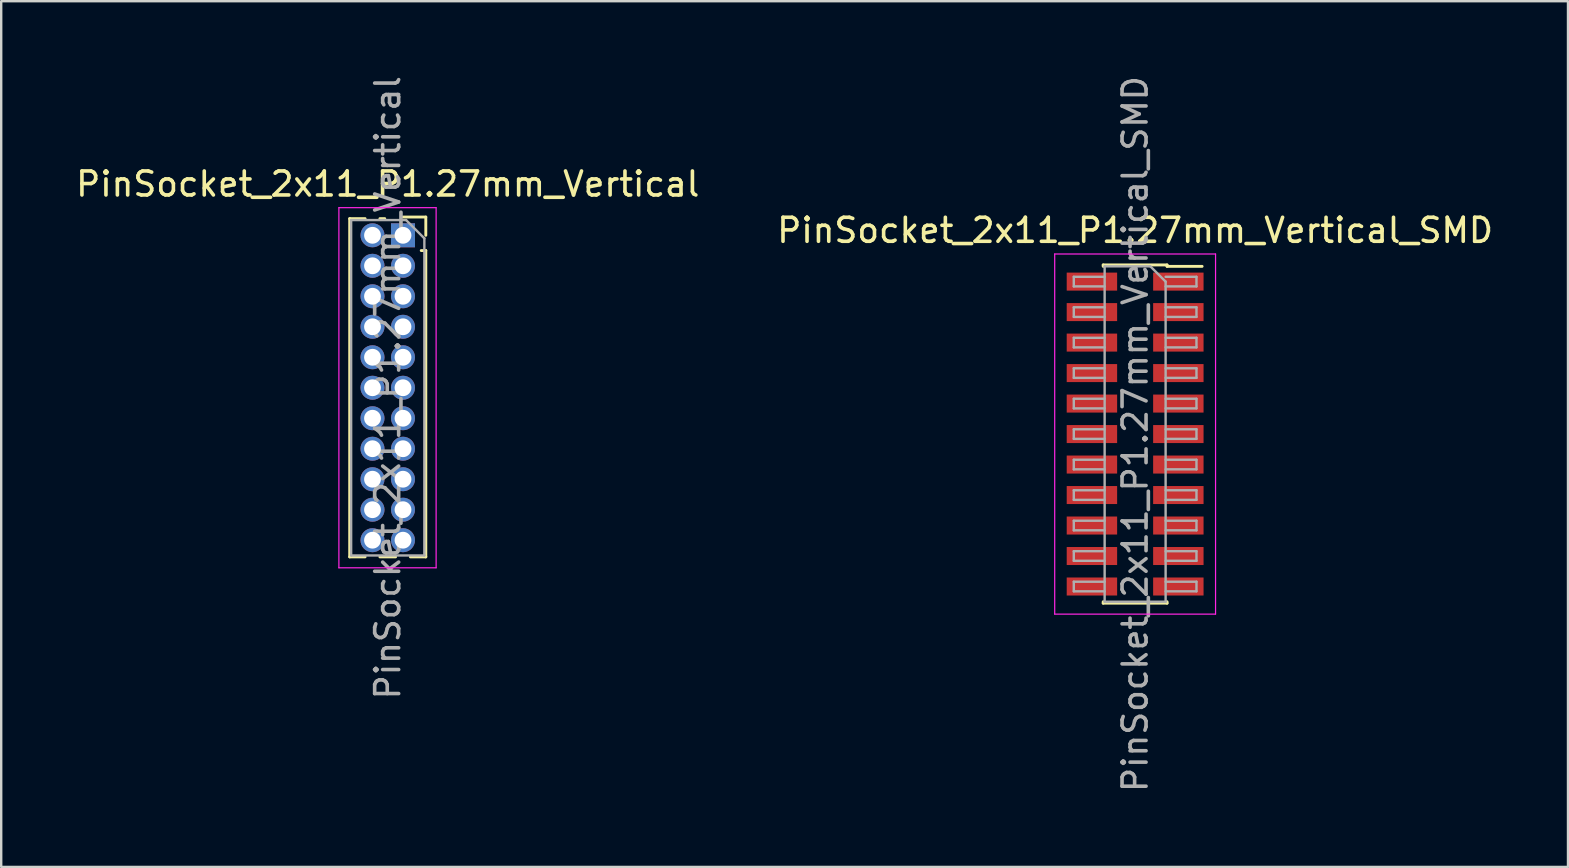
<source format=kicad_pcb>
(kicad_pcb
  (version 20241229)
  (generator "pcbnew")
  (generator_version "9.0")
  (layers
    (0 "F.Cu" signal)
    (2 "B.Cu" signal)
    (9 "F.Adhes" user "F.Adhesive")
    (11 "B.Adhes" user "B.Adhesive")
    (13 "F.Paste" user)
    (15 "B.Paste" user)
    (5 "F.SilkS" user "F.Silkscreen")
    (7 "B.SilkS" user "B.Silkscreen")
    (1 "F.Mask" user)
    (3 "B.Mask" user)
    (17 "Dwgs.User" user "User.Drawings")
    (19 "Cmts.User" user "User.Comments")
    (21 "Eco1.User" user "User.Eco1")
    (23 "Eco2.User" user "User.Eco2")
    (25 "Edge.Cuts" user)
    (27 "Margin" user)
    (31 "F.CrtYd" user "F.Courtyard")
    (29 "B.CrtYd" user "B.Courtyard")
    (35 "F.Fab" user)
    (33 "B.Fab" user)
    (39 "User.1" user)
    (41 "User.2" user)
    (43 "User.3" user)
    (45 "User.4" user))
  (footprint "PinSocket_2x11_P1.27mm_Vertical"
    (layer "F.Cu")
    (at 13.736 6.751)
    (property "Reference" "PinSocket_2x11_P1.27mm_Vertical" (at -0.635 -2.135 0) (layer "F.SilkS") (effects (font (size 1 1) (thickness 0.15))))
    (attr through_hole)
    (fp_line (start -2.22 -0.695) (end -2.22 13.395) (stroke (width 0.12) (type solid)) (layer "F.SilkS"))
    (fp_line (start -2.22 -0.695) (end -1.578 -0.695) (stroke (width 0.12) (type solid)) (layer "F.SilkS"))
    (fp_line (start -2.22 13.395) (end -1.578 13.395) (stroke (width 0.12) (type solid)) (layer "F.SilkS"))
    (fp_line (start -0.962 -0.695) (end -0.76 -0.695) (stroke (width 0.12) (type solid)) (layer "F.SilkS"))
    (fp_line (start -0.962 13.395) (end -0.308 13.395) (stroke (width 0.12) (type solid)) (layer "F.SilkS"))
    (fp_line (start 0 -0.76) (end 0.95 -0.76) (stroke (width 0.12) (type solid)) (layer "F.SilkS"))
    (fp_line (start 0.308 13.395) (end 0.95 13.395) (stroke (width 0.12) (type solid)) (layer "F.SilkS"))
    (fp_line (start 0.76 0.635) (end 0.95 0.635) (stroke (width 0.12) (type solid)) (layer "F.SilkS"))
    (fp_line (start 0.95 -0.76) (end 0.95 0) (stroke (width 0.12) (type solid)) (layer "F.SilkS"))
    (fp_line (start 0.95 0.635) (end 0.95 13.395) (stroke (width 0.12) (type solid)) (layer "F.SilkS"))
    (fp_line (start -2.67 -1.15) (end 1.38 -1.15) (stroke (width 0.05) (type solid)) (layer "F.CrtYd"))
    (fp_line (start -2.67 13.85) (end -2.67 -1.15) (stroke (width 0.05) (type solid)) (layer "F.CrtYd"))
    (fp_line (start 1.38 -1.15) (end 1.38 13.85) (stroke (width 0.05) (type solid)) (layer "F.CrtYd"))
    (fp_line (start 1.38 13.85) (end -2.67 13.85) (stroke (width 0.05) (type solid)) (layer "F.CrtYd"))
    (fp_line (start -2.16 -0.635) (end 0.128 -0.635) (stroke (width 0.1) (type solid)) (layer "F.Fab"))
    (fp_line (start -2.16 13.335) (end -2.16 -0.635) (stroke (width 0.1) (type solid)) (layer "F.Fab"))
    (fp_line (start 0.128 -0.635) (end 0.89 0.128) (stroke (width 0.1) (type solid)) (layer "F.Fab"))
    (fp_line (start 0.89 0.128) (end 0.89 13.335) (stroke (width 0.1) (type solid)) (layer "F.Fab"))
    (fp_line (start 0.89 13.335) (end -2.16 13.335) (stroke (width 0.1) (type solid)) (layer "F.Fab"))
    (fp_text user "${REFERENCE}" (at -0.635 6.35 90) (layer "F.Fab") (effects (font (size 1 1) (thickness 0.15))))
    (pad "1" thru_hole rect (at 0 0) (size 1 1) (drill 0.7) (layers "*.Cu" "*.Mask"))
    (pad "2" thru_hole circle (at -1.27 0) (size 1 1) (drill 0.7) (layers "*.Cu" "*.Mask"))
    (pad "3" thru_hole circle (at 0 1.27) (size 1 1) (drill 0.7) (layers "*.Cu" "*.Mask"))
    (pad "4" thru_hole circle (at -1.27 1.27) (size 1 1) (drill 0.7) (layers "*.Cu" "*.Mask"))
    (pad "5" thru_hole circle (at 0 2.54) (size 1 1) (drill 0.7) (layers "*.Cu" "*.Mask"))
    (pad "6" thru_hole circle (at -1.27 2.54) (size 1 1) (drill 0.7) (layers "*.Cu" "*.Mask"))
    (pad "7" thru_hole circle (at 0 3.81) (size 1 1) (drill 0.7) (layers "*.Cu" "*.Mask"))
    (pad "8" thru_hole circle (at -1.27 3.81) (size 1 1) (drill 0.7) (layers "*.Cu" "*.Mask"))
    (pad "9" thru_hole circle (at 0 5.08) (size 1 1) (drill 0.7) (layers "*.Cu" "*.Mask"))
    (pad "10" thru_hole circle (at -1.27 5.08) (size 1 1) (drill 0.7) (layers "*.Cu" "*.Mask"))
    (pad "11" thru_hole circle (at 0 6.35) (size 1 1) (drill 0.7) (layers "*.Cu" "*.Mask"))
    (pad "12" thru_hole circle (at -1.27 6.35) (size 1 1) (drill 0.7) (layers "*.Cu" "*.Mask"))
    (pad "13" thru_hole circle (at 0 7.62) (size 1 1) (drill 0.7) (layers "*.Cu" "*.Mask"))
    (pad "14" thru_hole circle (at -1.27 7.62) (size 1 1) (drill 0.7) (layers "*.Cu" "*.Mask"))
    (pad "15" thru_hole circle (at 0 8.89) (size 1 1) (drill 0.7) (layers "*.Cu" "*.Mask"))
    (pad "16" thru_hole circle (at -1.27 8.89) (size 1 1) (drill 0.7) (layers "*.Cu" "*.Mask"))
    (pad "17" thru_hole circle (at 0 10.16) (size 1 1) (drill 0.7) (layers "*.Cu" "*.Mask"))
    (pad "18" thru_hole circle (at -1.27 10.16) (size 1 1) (drill 0.7) (layers "*.Cu" "*.Mask"))
    (pad "19" thru_hole circle (at 0 11.43) (size 1 1) (drill 0.7) (layers "*.Cu" "*.Mask"))
    (pad "20" thru_hole circle (at -1.27 11.43) (size 1 1) (drill 0.7) (layers "*.Cu" "*.Mask"))
    (pad "21" thru_hole circle (at 0 12.7) (size 1 1) (drill 0.7) (layers "*.Cu" "*.Mask"))
    (pad "22" thru_hole circle (at -1.27 12.7) (size 1 1) (drill 0.7) (layers "*.Cu" "*.Mask")))
  (footprint "PinSocket_2x11_P1.27mm_Vertical_SMD"
    (layer "F.Cu")
    (at 44.232 15.03)
    (property "Reference" "PinSocket_2x11_P1.27mm_Vertical_SMD" (at 0 -8.485 0) (layer "F.SilkS") (effects (font (size 1 1) (thickness 0.15))))
    (attr smd)
    (fp_line (start -1.33 -7.045) (end -1.33 -6.985) (stroke (width 0.12) (type solid)) (layer "F.SilkS"))
    (fp_line (start -1.33 -7.045) (end 1.33 -7.045) (stroke (width 0.12) (type solid)) (layer "F.SilkS"))
    (fp_line (start -1.33 6.985) (end -1.33 7.045) (stroke (width 0.12) (type solid)) (layer "F.SilkS"))
    (fp_line (start -1.33 7.045) (end 1.33 7.045) (stroke (width 0.12) (type solid)) (layer "F.SilkS"))
    (fp_line (start 1.33 -7.045) (end 1.33 -6.985) (stroke (width 0.12) (type solid)) (layer "F.SilkS"))
    (fp_line (start 1.33 -6.985) (end 2.79 -6.985) (stroke (width 0.12) (type solid)) (layer "F.SilkS"))
    (fp_line (start 1.33 6.985) (end 1.33 7.045) (stroke (width 0.12) (type solid)) (layer "F.SilkS"))
    (fp_line (start -3.35 -7.5) (end 3.35 -7.5) (stroke (width 0.05) (type solid)) (layer "F.CrtYd"))
    (fp_line (start -3.35 7.5) (end -3.35 -7.5) (stroke (width 0.05) (type solid)) (layer "F.CrtYd"))
    (fp_line (start 3.35 -7.5) (end 3.35 7.5) (stroke (width 0.05) (type solid)) (layer "F.CrtYd"))
    (fp_line (start 3.35 7.5) (end -3.35 7.5) (stroke (width 0.05) (type solid)) (layer "F.CrtYd"))
    (fp_line (start -2.555 -6.55) (end -1.27 -6.55) (stroke (width 0.1) (type solid)) (layer "F.Fab"))
    (fp_line (start -2.555 -6.15) (end -2.555 -6.55) (stroke (width 0.1) (type solid)) (layer "F.Fab"))
    (fp_line (start -2.555 -5.28) (end -1.27 -5.28) (stroke (width 0.1) (type solid)) (layer "F.Fab"))
    (fp_line (start -2.555 -4.88) (end -2.555 -5.28) (stroke (width 0.1) (type solid)) (layer "F.Fab"))
    (fp_line (start -2.555 -4.01) (end -1.27 -4.01) (stroke (width 0.1) (type solid)) (layer "F.Fab"))
    (fp_line (start -2.555 -3.61) (end -2.555 -4.01) (stroke (width 0.1) (type solid)) (layer "F.Fab"))
    (fp_line (start -2.555 -2.74) (end -1.27 -2.74) (stroke (width 0.1) (type solid)) (layer "F.Fab"))
    (fp_line (start -2.555 -2.34) (end -2.555 -2.74) (stroke (width 0.1) (type solid)) (layer "F.Fab"))
    (fp_line (start -2.555 -1.47) (end -1.27 -1.47) (stroke (width 0.1) (type solid)) (layer "F.Fab"))
    (fp_line (start -2.555 -1.07) (end -2.555 -1.47) (stroke (width 0.1) (type solid)) (layer "F.Fab"))
    (fp_line (start -2.555 -0.2) (end -1.27 -0.2) (stroke (width 0.1) (type solid)) (layer "F.Fab"))
    (fp_line (start -2.555 0.2) (end -2.555 -0.2) (stroke (width 0.1) (type solid)) (layer "F.Fab"))
    (fp_line (start -2.555 1.07) (end -1.27 1.07) (stroke (width 0.1) (type solid)) (layer "F.Fab"))
    (fp_line (start -2.555 1.47) (end -2.555 1.07) (stroke (width 0.1) (type solid)) (layer "F.Fab"))
    (fp_line (start -2.555 2.34) (end -1.27 2.34) (stroke (width 0.1) (type solid)) (layer "F.Fab"))
    (fp_line (start -2.555 2.74) (end -2.555 2.34) (stroke (width 0.1) (type solid)) (layer "F.Fab"))
    (fp_line (start -2.555 3.61) (end -1.27 3.61) (stroke (width 0.1) (type solid)) (layer "F.Fab"))
    (fp_line (start -2.555 4.01) (end -2.555 3.61) (stroke (width 0.1) (type solid)) (layer "F.Fab"))
    (fp_line (start -2.555 4.88) (end -1.27 4.88) (stroke (width 0.1) (type solid)) (layer "F.Fab"))
    (fp_line (start -2.555 5.28) (end -2.555 4.88) (stroke (width 0.1) (type solid)) (layer "F.Fab"))
    (fp_line (start -2.555 6.15) (end -1.27 6.15) (stroke (width 0.1) (type solid)) (layer "F.Fab"))
    (fp_line (start -2.555 6.55) (end -2.555 6.15) (stroke (width 0.1) (type solid)) (layer "F.Fab"))
    (fp_line (start -1.27 -6.985) (end 0.635 -6.985) (stroke (width 0.1) (type solid)) (layer "F.Fab"))
    (fp_line (start -1.27 -6.15) (end -2.555 -6.15) (stroke (width 0.1) (type solid)) (layer "F.Fab"))
    (fp_line (start -1.27 -4.88) (end -2.555 -4.88) (stroke (width 0.1) (type solid)) (layer "F.Fab"))
    (fp_line (start -1.27 -3.61) (end -2.555 -3.61) (stroke (width 0.1) (type solid)) (layer "F.Fab"))
    (fp_line (start -1.27 -2.34) (end -2.555 -2.34) (stroke (width 0.1) (type solid)) (layer "F.Fab"))
    (fp_line (start -1.27 -1.07) (end -2.555 -1.07) (stroke (width 0.1) (type solid)) (layer "F.Fab"))
    (fp_line (start -1.27 0.2) (end -2.555 0.2) (stroke (width 0.1) (type solid)) (layer "F.Fab"))
    (fp_line (start -1.27 1.47) (end -2.555 1.47) (stroke (width 0.1) (type solid)) (layer "F.Fab"))
    (fp_line (start -1.27 2.74) (end -2.555 2.74) (stroke (width 0.1) (type solid)) (layer "F.Fab"))
    (fp_line (start -1.27 4.01) (end -2.555 4.01) (stroke (width 0.1) (type solid)) (layer "F.Fab"))
    (fp_line (start -1.27 5.28) (end -2.555 5.28) (stroke (width 0.1) (type solid)) (layer "F.Fab"))
    (fp_line (start -1.27 6.55) (end -2.555 6.55) (stroke (width 0.1) (type solid)) (layer "F.Fab"))
    (fp_line (start -1.27 6.985) (end -1.27 -6.985) (stroke (width 0.1) (type solid)) (layer "F.Fab"))
    (fp_line (start 0.635 -6.985) (end 1.27 -6.35) (stroke (width 0.1) (type solid)) (layer "F.Fab"))
    (fp_line (start 1.27 -6.55) (end 2.555 -6.55) (stroke (width 0.1) (type solid)) (layer "F.Fab"))
    (fp_line (start 1.27 -6.35) (end 1.27 6.985) (stroke (width 0.1) (type solid)) (layer "F.Fab"))
    (fp_line (start 1.27 -5.28) (end 2.555 -5.28) (stroke (width 0.1) (type solid)) (layer "F.Fab"))
    (fp_line (start 1.27 -4.01) (end 2.555 -4.01) (stroke (width 0.1) (type solid)) (layer "F.Fab"))
    (fp_line (start 1.27 -2.74) (end 2.555 -2.74) (stroke (width 0.1) (type solid)) (layer "F.Fab"))
    (fp_line (start 1.27 -1.47) (end 2.555 -1.47) (stroke (width 0.1) (type solid)) (layer "F.Fab"))
    (fp_line (start 1.27 -0.2) (end 2.555 -0.2) (stroke (width 0.1) (type solid)) (layer "F.Fab"))
    (fp_line (start 1.27 1.07) (end 2.555 1.07) (stroke (width 0.1) (type solid)) (layer "F.Fab"))
    (fp_line (start 1.27 2.34) (end 2.555 2.34) (stroke (width 0.1) (type solid)) (layer "F.Fab"))
    (fp_line (start 1.27 3.61) (end 2.555 3.61) (stroke (width 0.1) (type solid)) (layer "F.Fab"))
    (fp_line (start 1.27 4.88) (end 2.555 4.88) (stroke (width 0.1) (type solid)) (layer "F.Fab"))
    (fp_line (start 1.27 6.15) (end 2.555 6.15) (stroke (width 0.1) (type solid)) (layer "F.Fab"))
    (fp_line (start 1.27 6.985) (end -1.27 6.985) (stroke (width 0.1) (type solid)) (layer "F.Fab"))
    (fp_line (start 2.555 -6.55) (end 2.555 -6.15) (stroke (width 0.1) (type solid)) (layer "F.Fab"))
    (fp_line (start 2.555 -6.15) (end 1.27 -6.15) (stroke (width 0.1) (type solid)) (layer "F.Fab"))
    (fp_line (start 2.555 -5.28) (end 2.555 -4.88) (stroke (width 0.1) (type solid)) (layer "F.Fab"))
    (fp_line (start 2.555 -4.88) (end 1.27 -4.88) (stroke (width 0.1) (type solid)) (layer "F.Fab"))
    (fp_line (start 2.555 -4.01) (end 2.555 -3.61) (stroke (width 0.1) (type solid)) (layer "F.Fab"))
    (fp_line (start 2.555 -3.61) (end 1.27 -3.61) (stroke (width 0.1) (type solid)) (layer "F.Fab"))
    (fp_line (start 2.555 -2.74) (end 2.555 -2.34) (stroke (width 0.1) (type solid)) (layer "F.Fab"))
    (fp_line (start 2.555 -2.34) (end 1.27 -2.34) (stroke (width 0.1) (type solid)) (layer "F.Fab"))
    (fp_line (start 2.555 -1.47) (end 2.555 -1.07) (stroke (width 0.1) (type solid)) (layer "F.Fab"))
    (fp_line (start 2.555 -1.07) (end 1.27 -1.07) (stroke (width 0.1) (type solid)) (layer "F.Fab"))
    (fp_line (start 2.555 -0.2) (end 2.555 0.2) (stroke (width 0.1) (type solid)) (layer "F.Fab"))
    (fp_line (start 2.555 0.2) (end 1.27 0.2) (stroke (width 0.1) (type solid)) (layer "F.Fab"))
    (fp_line (start 2.555 1.07) (end 2.555 1.47) (stroke (width 0.1) (type solid)) (layer "F.Fab"))
    (fp_line (start 2.555 1.47) (end 1.27 1.47) (stroke (width 0.1) (type solid)) (layer "F.Fab"))
    (fp_line (start 2.555 2.34) (end 2.555 2.74) (stroke (width 0.1) (type solid)) (layer "F.Fab"))
    (fp_line (start 2.555 2.74) (end 1.27 2.74) (stroke (width 0.1) (type solid)) (layer "F.Fab"))
    (fp_line (start 2.555 3.61) (end 2.555 4.01) (stroke (width 0.1) (type solid)) (layer "F.Fab"))
    (fp_line (start 2.555 4.01) (end 1.27 4.01) (stroke (width 0.1) (type solid)) (layer "F.Fab"))
    (fp_line (start 2.555 4.88) (end 2.555 5.28) (stroke (width 0.1) (type solid)) (layer "F.Fab"))
    (fp_line (start 2.555 5.28) (end 1.27 5.28) (stroke (width 0.1) (type solid)) (layer "F.Fab"))
    (fp_line (start 2.555 6.15) (end 2.555 6.55) (stroke (width 0.1) (type solid)) (layer "F.Fab"))
    (fp_line (start 2.555 6.55) (end 1.27 6.55) (stroke (width 0.1) (type solid)) (layer "F.Fab"))
    (fp_text user "${REFERENCE}" (at 0 0 90) (layer "F.Fab") (effects (font (size 1 1) (thickness 0.15))))
    (pad "1" smd rect (at 1.8 -6.35) (size 2.1 0.75) (layers "F.Cu" "F.Mask" "F.Paste"))
    (pad "2" smd rect (at -1.8 -6.35) (size 2.1 0.75) (layers "F.Cu" "F.Mask" "F.Paste"))
    (pad "3" smd rect (at 1.8 -5.08) (size 2.1 0.75) (layers "F.Cu" "F.Mask" "F.Paste"))
    (pad "4" smd rect (at -1.8 -5.08) (size 2.1 0.75) (layers "F.Cu" "F.Mask" "F.Paste"))
    (pad "5" smd rect (at 1.8 -3.81) (size 2.1 0.75) (layers "F.Cu" "F.Mask" "F.Paste"))
    (pad "6" smd rect (at -1.8 -3.81) (size 2.1 0.75) (layers "F.Cu" "F.Mask" "F.Paste"))
    (pad "7" smd rect (at 1.8 -2.54) (size 2.1 0.75) (layers "F.Cu" "F.Mask" "F.Paste"))
    (pad "8" smd rect (at -1.8 -2.54) (size 2.1 0.75) (layers "F.Cu" "F.Mask" "F.Paste"))
    (pad "9" smd rect (at 1.8 -1.27) (size 2.1 0.75) (layers "F.Cu" "F.Mask" "F.Paste"))
    (pad "10" smd rect (at -1.8 -1.27) (size 2.1 0.75) (layers "F.Cu" "F.Mask" "F.Paste"))
    (pad "11" smd rect (at 1.8 0) (size 2.1 0.75) (layers "F.Cu" "F.Mask" "F.Paste"))
    (pad "12" smd rect (at -1.8 0) (size 2.1 0.75) (layers "F.Cu" "F.Mask" "F.Paste"))
    (pad "13" smd rect (at 1.8 1.27) (size 2.1 0.75) (layers "F.Cu" "F.Mask" "F.Paste"))
    (pad "14" smd rect (at -1.8 1.27) (size 2.1 0.75) (layers "F.Cu" "F.Mask" "F.Paste"))
    (pad "15" smd rect (at 1.8 2.54) (size 2.1 0.75) (layers "F.Cu" "F.Mask" "F.Paste"))
    (pad "16" smd rect (at -1.8 2.54) (size 2.1 0.75) (layers "F.Cu" "F.Mask" "F.Paste"))
    (pad "17" smd rect (at 1.8 3.81) (size 2.1 0.75) (layers "F.Cu" "F.Mask" "F.Paste"))
    (pad "18" smd rect (at -1.8 3.81) (size 2.1 0.75) (layers "F.Cu" "F.Mask" "F.Paste"))
    (pad "19" smd rect (at 1.8 5.08) (size 2.1 0.75) (layers "F.Cu" "F.Mask" "F.Paste"))
    (pad "20" smd rect (at -1.8 5.08) (size 2.1 0.75) (layers "F.Cu" "F.Mask" "F.Paste"))
    (pad "21" smd rect (at 1.8 6.35) (size 2.1 0.75) (layers "F.Cu" "F.Mask" "F.Paste"))
    (pad "22" smd rect (at -1.8 6.35) (size 2.1 0.75) (layers "F.Cu" "F.Mask" "F.Paste")))
  (gr_rect
    (start -3 -3)
    (end 62.262 33.06)
    (stroke (width 0.1) (type default))
    (fill no)
    (layer "Edge.Cuts")))
</source>
